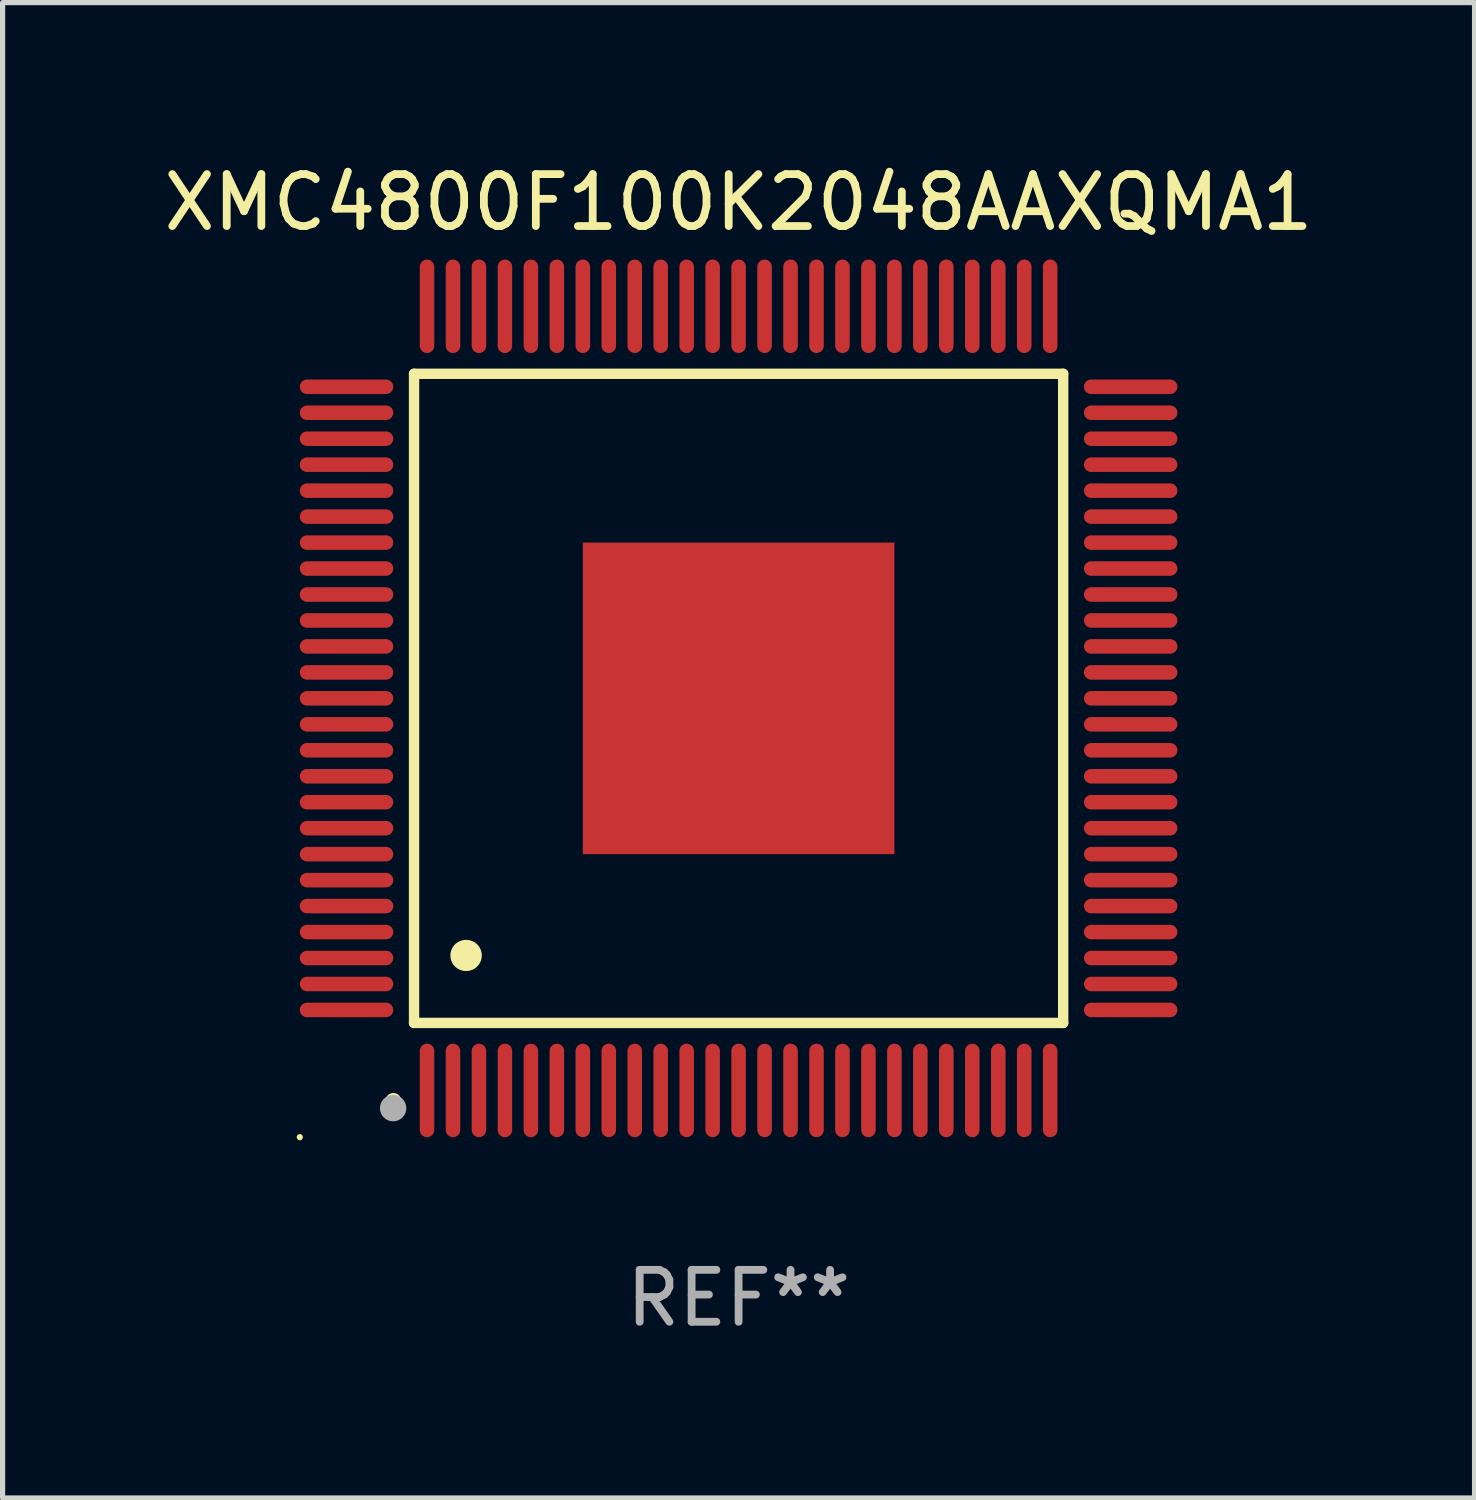
<source format=kicad_pcb>
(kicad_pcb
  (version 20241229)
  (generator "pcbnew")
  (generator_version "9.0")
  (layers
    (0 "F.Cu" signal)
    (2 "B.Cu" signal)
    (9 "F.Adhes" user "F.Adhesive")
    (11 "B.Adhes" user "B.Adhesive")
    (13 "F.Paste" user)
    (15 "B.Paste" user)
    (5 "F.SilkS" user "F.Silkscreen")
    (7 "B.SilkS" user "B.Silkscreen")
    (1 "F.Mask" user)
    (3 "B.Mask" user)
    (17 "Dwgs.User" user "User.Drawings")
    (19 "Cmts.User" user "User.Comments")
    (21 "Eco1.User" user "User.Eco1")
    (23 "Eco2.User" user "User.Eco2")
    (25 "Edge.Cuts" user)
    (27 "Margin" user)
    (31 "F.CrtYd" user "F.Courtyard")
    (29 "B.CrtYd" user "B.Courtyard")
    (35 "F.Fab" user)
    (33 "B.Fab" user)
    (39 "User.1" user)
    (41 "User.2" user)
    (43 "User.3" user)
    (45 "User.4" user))
  (footprint "XMC4800F100K2048AAXQMA1"
    (layer "F.Cu")
    (at 11.173 10.398)
    (property "Reference" "XMC4800F100K2048AAXQMA1" (at 0 -9.55 0) (layer "F.SilkS") (effects (font (size 1 1) (thickness 0.15))))
    (attr through_hole)
    (fp_line (start -6.25 -6.25) (end -6.25 6.25) (stroke (width 0.2) (type solid)) (layer "F.SilkS"))
    (fp_line (start -6.25 6.25) (end 6.25 6.25) (stroke (width 0.2) (type solid)) (layer "F.SilkS"))
    (fp_line (start 6.25 -6.25) (end -6.25 -6.25) (stroke (width 0.2) (type solid)) (layer "F.SilkS"))
    (fp_line (start 6.25 6.25) (end 6.25 -6.25) (stroke (width 0.2) (type solid)) (layer "F.SilkS"))
    (fp_arc (start -6.649733 7.749555) (mid -6.648463 7.74955) (end -6.647193 7.749555) (stroke (width 0.3) (type solid)) (layer "F.SilkS"))
    (fp_arc (start -5.250191 4.95047) (mid -5.247651 4.950459) (end -5.245111 4.95047) (stroke (width 0.6) (type solid)) (layer "F.SilkS"))
    (fp_circle (center -8.45 8.45) (end -8.42 8.45) (stroke (width 0.06) (type solid)) (fill no) (layer "F.SilkS"))
    (fp_circle (center -6.653 7.891) (end -6.526 7.891) (stroke (width 0.254) (type solid)) (fill no) (layer "F.Fab"))
    (fp_text user "REF**" (at 0 11.55 0) (layer "F.Fab") (effects (font (size 1 1) (thickness 0.15))))
    (pad "1" smd oval (at -6 7.55 180) (size 0.28 1.8) (layers "F.Cu" "F.Mask" "F.Paste"))
    (pad "2" smd oval (at -5.5 7.55 180) (size 0.28 1.8) (layers "F.Cu" "F.Mask" "F.Paste"))
    (pad "3" smd oval (at -5 7.55 180) (size 0.28 1.8) (layers "F.Cu" "F.Mask" "F.Paste"))
    (pad "4" smd oval (at -4.5 7.55 180) (size 0.28 1.8) (layers "F.Cu" "F.Mask" "F.Paste"))
    (pad "5" smd oval (at -4 7.55 180) (size 0.28 1.8) (layers "F.Cu" "F.Mask" "F.Paste"))
    (pad "6" smd oval (at -3.5 7.55 180) (size 0.28 1.8) (layers "F.Cu" "F.Mask" "F.Paste"))
    (pad "7" smd oval (at -3 7.55 180) (size 0.28 1.8) (layers "F.Cu" "F.Mask" "F.Paste"))
    (pad "8" smd oval (at -2.5 7.55 180) (size 0.28 1.8) (layers "F.Cu" "F.Mask" "F.Paste"))
    (pad "9" smd oval (at -2 7.55 180) (size 0.28 1.8) (layers "F.Cu" "F.Mask" "F.Paste"))
    (pad "10" smd oval (at -1.5 7.55 180) (size 0.28 1.8) (layers "F.Cu" "F.Mask" "F.Paste"))
    (pad "11" smd oval (at -1 7.55 180) (size 0.28 1.8) (layers "F.Cu" "F.Mask" "F.Paste"))
    (pad "12" smd oval (at -0.5 7.55 180) (size 0.28 1.8) (layers "F.Cu" "F.Mask" "F.Paste"))
    (pad "13" smd oval (at 0 7.55 180) (size 0.28 1.8) (layers "F.Cu" "F.Mask" "F.Paste"))
    (pad "14" smd oval (at 0.5 7.55 180) (size 0.28 1.8) (layers "F.Cu" "F.Mask" "F.Paste"))
    (pad "15" smd oval (at 1 7.55 180) (size 0.28 1.8) (layers "F.Cu" "F.Mask" "F.Paste"))
    (pad "16" smd oval (at 1.5 7.55 180) (size 0.28 1.8) (layers "F.Cu" "F.Mask" "F.Paste"))
    (pad "17" smd oval (at 2 7.55 180) (size 0.28 1.8) (layers "F.Cu" "F.Mask" "F.Paste"))
    (pad "18" smd oval (at 2.5 7.55 180) (size 0.28 1.8) (layers "F.Cu" "F.Mask" "F.Paste"))
    (pad "19" smd oval (at 3 7.55 180) (size 0.28 1.8) (layers "F.Cu" "F.Mask" "F.Paste"))
    (pad "20" smd oval (at 3.5 7.55 180) (size 0.28 1.8) (layers "F.Cu" "F.Mask" "F.Paste"))
    (pad "21" smd oval (at 4 7.55 180) (size 0.28 1.8) (layers "F.Cu" "F.Mask" "F.Paste"))
    (pad "22" smd oval (at 4.5 7.55 180) (size 0.28 1.8) (layers "F.Cu" "F.Mask" "F.Paste"))
    (pad "23" smd oval (at 5 7.55 180) (size 0.28 1.8) (layers "F.Cu" "F.Mask" "F.Paste"))
    (pad "24" smd oval (at 5.5 7.55 180) (size 0.28 1.8) (layers "F.Cu" "F.Mask" "F.Paste"))
    (pad "25" smd oval (at 6 7.55 180) (size 0.28 1.8) (layers "F.Cu" "F.Mask" "F.Paste"))
    (pad "26" smd oval (at 7.55 6 90) (size 0.28 1.8) (layers "F.Cu" "F.Mask" "F.Paste"))
    (pad "27" smd oval (at 7.55 5.5 90) (size 0.28 1.8) (layers "F.Cu" "F.Mask" "F.Paste"))
    (pad "28" smd oval (at 7.55 5 90) (size 0.28 1.8) (layers "F.Cu" "F.Mask" "F.Paste"))
    (pad "29" smd oval (at 7.55 4.5 90) (size 0.28 1.8) (layers "F.Cu" "F.Mask" "F.Paste"))
    (pad "30" smd oval (at 7.55 4 90) (size 0.28 1.8) (layers "F.Cu" "F.Mask" "F.Paste"))
    (pad "31" smd oval (at 7.55 3.5 90) (size 0.28 1.8) (layers "F.Cu" "F.Mask" "F.Paste"))
    (pad "32" smd oval (at 7.55 3 90) (size 0.28 1.8) (layers "F.Cu" "F.Mask" "F.Paste"))
    (pad "33" smd oval (at 7.55 2.5 90) (size 0.28 1.8) (layers "F.Cu" "F.Mask" "F.Paste"))
    (pad "34" smd oval (at 7.55 2 90) (size 0.28 1.8) (layers "F.Cu" "F.Mask" "F.Paste"))
    (pad "35" smd oval (at 7.55 1.5 90) (size 0.28 1.8) (layers "F.Cu" "F.Mask" "F.Paste"))
    (pad "36" smd oval (at 7.55 1 90) (size 0.28 1.8) (layers "F.Cu" "F.Mask" "F.Paste"))
    (pad "37" smd oval (at 7.55 0.5 90) (size 0.28 1.8) (layers "F.Cu" "F.Mask" "F.Paste"))
    (pad "38" smd oval (at 7.55 0 90) (size 0.28 1.8) (layers "F.Cu" "F.Mask" "F.Paste"))
    (pad "39" smd oval (at 7.55 -0.5 90) (size 0.28 1.8) (layers "F.Cu" "F.Mask" "F.Paste"))
    (pad "40" smd oval (at 7.55 -1 90) (size 0.28 1.8) (layers "F.Cu" "F.Mask" "F.Paste"))
    (pad "41" smd oval (at 7.55 -1.5 90) (size 0.28 1.8) (layers "F.Cu" "F.Mask" "F.Paste"))
    (pad "42" smd oval (at 7.55 -2 90) (size 0.28 1.8) (layers "F.Cu" "F.Mask" "F.Paste"))
    (pad "43" smd oval (at 7.55 -2.5 90) (size 0.28 1.8) (layers "F.Cu" "F.Mask" "F.Paste"))
    (pad "44" smd oval (at 7.55 -3 90) (size 0.28 1.8) (layers "F.Cu" "F.Mask" "F.Paste"))
    (pad "45" smd oval (at 7.55 -3.5 90) (size 0.28 1.8) (layers "F.Cu" "F.Mask" "F.Paste"))
    (pad "46" smd oval (at 7.55 -4 90) (size 0.28 1.8) (layers "F.Cu" "F.Mask" "F.Paste"))
    (pad "47" smd oval (at 7.55 -4.5 90) (size 0.28 1.8) (layers "F.Cu" "F.Mask" "F.Paste"))
    (pad "48" smd oval (at 7.55 -5 90) (size 0.28 1.8) (layers "F.Cu" "F.Mask" "F.Paste"))
    (pad "49" smd oval (at 7.55 -5.5 90) (size 0.28 1.8) (layers "F.Cu" "F.Mask" "F.Paste"))
    (pad "50" smd oval (at 7.55 -6 90) (size 0.28 1.8) (layers "F.Cu" "F.Mask" "F.Paste"))
    (pad "51" smd oval (at 6 -7.55 180) (size 0.28 1.8) (layers "F.Cu" "F.Mask" "F.Paste"))
    (pad "52" smd oval (at 5.5 -7.55 180) (size 0.28 1.8) (layers "F.Cu" "F.Mask" "F.Paste"))
    (pad "53" smd oval (at 5 -7.55 180) (size 0.28 1.8) (layers "F.Cu" "F.Mask" "F.Paste"))
    (pad "54" smd oval (at 4.5 -7.55 180) (size 0.28 1.8) (layers "F.Cu" "F.Mask" "F.Paste"))
    (pad "55" smd oval (at 4 -7.55 180) (size 0.28 1.8) (layers "F.Cu" "F.Mask" "F.Paste"))
    (pad "56" smd oval (at 3.5 -7.55 180) (size 0.28 1.8) (layers "F.Cu" "F.Mask" "F.Paste"))
    (pad "57" smd oval (at 3 -7.55 180) (size 0.28 1.8) (layers "F.Cu" "F.Mask" "F.Paste"))
    (pad "58" smd oval (at 2.5 -7.55 180) (size 0.28 1.8) (layers "F.Cu" "F.Mask" "F.Paste"))
    (pad "59" smd oval (at 2 -7.55 180) (size 0.28 1.8) (layers "F.Cu" "F.Mask" "F.Paste"))
    (pad "60" smd oval (at 1.5 -7.55 180) (size 0.28 1.8) (layers "F.Cu" "F.Mask" "F.Paste"))
    (pad "61" smd oval (at 1 -7.55 180) (size 0.28 1.8) (layers "F.Cu" "F.Mask" "F.Paste"))
    (pad "62" smd oval (at 0.5 -7.55 180) (size 0.28 1.8) (layers "F.Cu" "F.Mask" "F.Paste"))
    (pad "63" smd oval (at 0 -7.55 180) (size 0.28 1.8) (layers "F.Cu" "F.Mask" "F.Paste"))
    (pad "64" smd oval (at -0.5 -7.55 180) (size 0.28 1.8) (layers "F.Cu" "F.Mask" "F.Paste"))
    (pad "65" smd oval (at -1 -7.55 180) (size 0.28 1.8) (layers "F.Cu" "F.Mask" "F.Paste"))
    (pad "66" smd oval (at -1.5 -7.55 180) (size 0.28 1.8) (layers "F.Cu" "F.Mask" "F.Paste"))
    (pad "67" smd oval (at -2 -7.55 180) (size 0.28 1.8) (layers "F.Cu" "F.Mask" "F.Paste"))
    (pad "68" smd oval (at -2.5 -7.55 180) (size 0.28 1.8) (layers "F.Cu" "F.Mask" "F.Paste"))
    (pad "69" smd oval (at -3 -7.55 180) (size 0.28 1.8) (layers "F.Cu" "F.Mask" "F.Paste"))
    (pad "70" smd oval (at -3.5 -7.55 180) (size 0.28 1.8) (layers "F.Cu" "F.Mask" "F.Paste"))
    (pad "71" smd oval (at -4 -7.55 180) (size 0.28 1.8) (layers "F.Cu" "F.Mask" "F.Paste"))
    (pad "72" smd oval (at -4.5 -7.55 180) (size 0.28 1.8) (layers "F.Cu" "F.Mask" "F.Paste"))
    (pad "73" smd oval (at -5 -7.55 180) (size 0.28 1.8) (layers "F.Cu" "F.Mask" "F.Paste"))
    (pad "74" smd oval (at -5.5 -7.55 180) (size 0.28 1.8) (layers "F.Cu" "F.Mask" "F.Paste"))
    (pad "75" smd oval (at -6 -7.55 180) (size 0.28 1.8) (layers "F.Cu" "F.Mask" "F.Paste"))
    (pad "76" smd oval (at -7.55 -6 90) (size 0.28 1.8) (layers "F.Cu" "F.Mask" "F.Paste"))
    (pad "77" smd oval (at -7.55 -5.5 90) (size 0.28 1.8) (layers "F.Cu" "F.Mask" "F.Paste"))
    (pad "78" smd oval (at -7.55 -5 90) (size 0.28 1.8) (layers "F.Cu" "F.Mask" "F.Paste"))
    (pad "79" smd oval (at -7.55 -4.5 90) (size 0.28 1.8) (layers "F.Cu" "F.Mask" "F.Paste"))
    (pad "80" smd oval (at -7.55 -4 90) (size 0.28 1.8) (layers "F.Cu" "F.Mask" "F.Paste"))
    (pad "81" smd oval (at -7.55 -3.5 90) (size 0.28 1.8) (layers "F.Cu" "F.Mask" "F.Paste"))
    (pad "82" smd oval (at -7.55 -3 90) (size 0.28 1.8) (layers "F.Cu" "F.Mask" "F.Paste"))
    (pad "83" smd oval (at -7.55 -2.5 90) (size 0.28 1.8) (layers "F.Cu" "F.Mask" "F.Paste"))
    (pad "84" smd oval (at -7.55 -2 90) (size 0.28 1.8) (layers "F.Cu" "F.Mask" "F.Paste"))
    (pad "85" smd oval (at -7.55 -1.5 90) (size 0.28 1.8) (layers "F.Cu" "F.Mask" "F.Paste"))
    (pad "86" smd oval (at -7.55 -1 90) (size 0.28 1.8) (layers "F.Cu" "F.Mask" "F.Paste"))
    (pad "87" smd oval (at -7.55 -0.5 90) (size 0.28 1.8) (layers "F.Cu" "F.Mask" "F.Paste"))
    (pad "88" smd oval (at -7.55 0 90) (size 0.28 1.8) (layers "F.Cu" "F.Mask" "F.Paste"))
    (pad "89" smd oval (at -7.55 0.5 90) (size 0.28 1.8) (layers "F.Cu" "F.Mask" "F.Paste"))
    (pad "90" smd oval (at -7.55 1 90) (size 0.28 1.8) (layers "F.Cu" "F.Mask" "F.Paste"))
    (pad "91" smd oval (at -7.55 1.5 90) (size 0.28 1.8) (layers "F.Cu" "F.Mask" "F.Paste"))
    (pad "92" smd oval (at -7.55 2 90) (size 0.28 1.8) (layers "F.Cu" "F.Mask" "F.Paste"))
    (pad "93" smd oval (at -7.55 2.5 90) (size 0.28 1.8) (layers "F.Cu" "F.Mask" "F.Paste"))
    (pad "94" smd oval (at -7.55 3 90) (size 0.28 1.8) (layers "F.Cu" "F.Mask" "F.Paste"))
    (pad "95" smd oval (at -7.55 3.5 90) (size 0.28 1.8) (layers "F.Cu" "F.Mask" "F.Paste"))
    (pad "96" smd oval (at -7.55 4 90) (size 0.28 1.8) (layers "F.Cu" "F.Mask" "F.Paste"))
    (pad "97" smd oval (at -7.55 4.5 90) (size 0.28 1.8) (layers "F.Cu" "F.Mask" "F.Paste"))
    (pad "98" smd oval (at -7.55 5 90) (size 0.28 1.8) (layers "F.Cu" "F.Mask" "F.Paste"))
    (pad "99" smd oval (at -7.55 5.5 90) (size 0.28 1.8) (layers "F.Cu" "F.Mask" "F.Paste"))
    (pad "100" smd oval (at -7.55 6 90) (size 0.28 1.8) (layers "F.Cu" "F.Mask" "F.Paste"))
    (pad "101" smd rect (at 0 0) (size 6 6) (layers "F.Cu" "F.Mask" "F.Paste")))
  (gr_rect
    (start -3 -3)
    (end 25.345 25.796)
    (stroke (width 0.1) (type default))
    (fill no)
    (layer "Edge.Cuts")))
</source>
